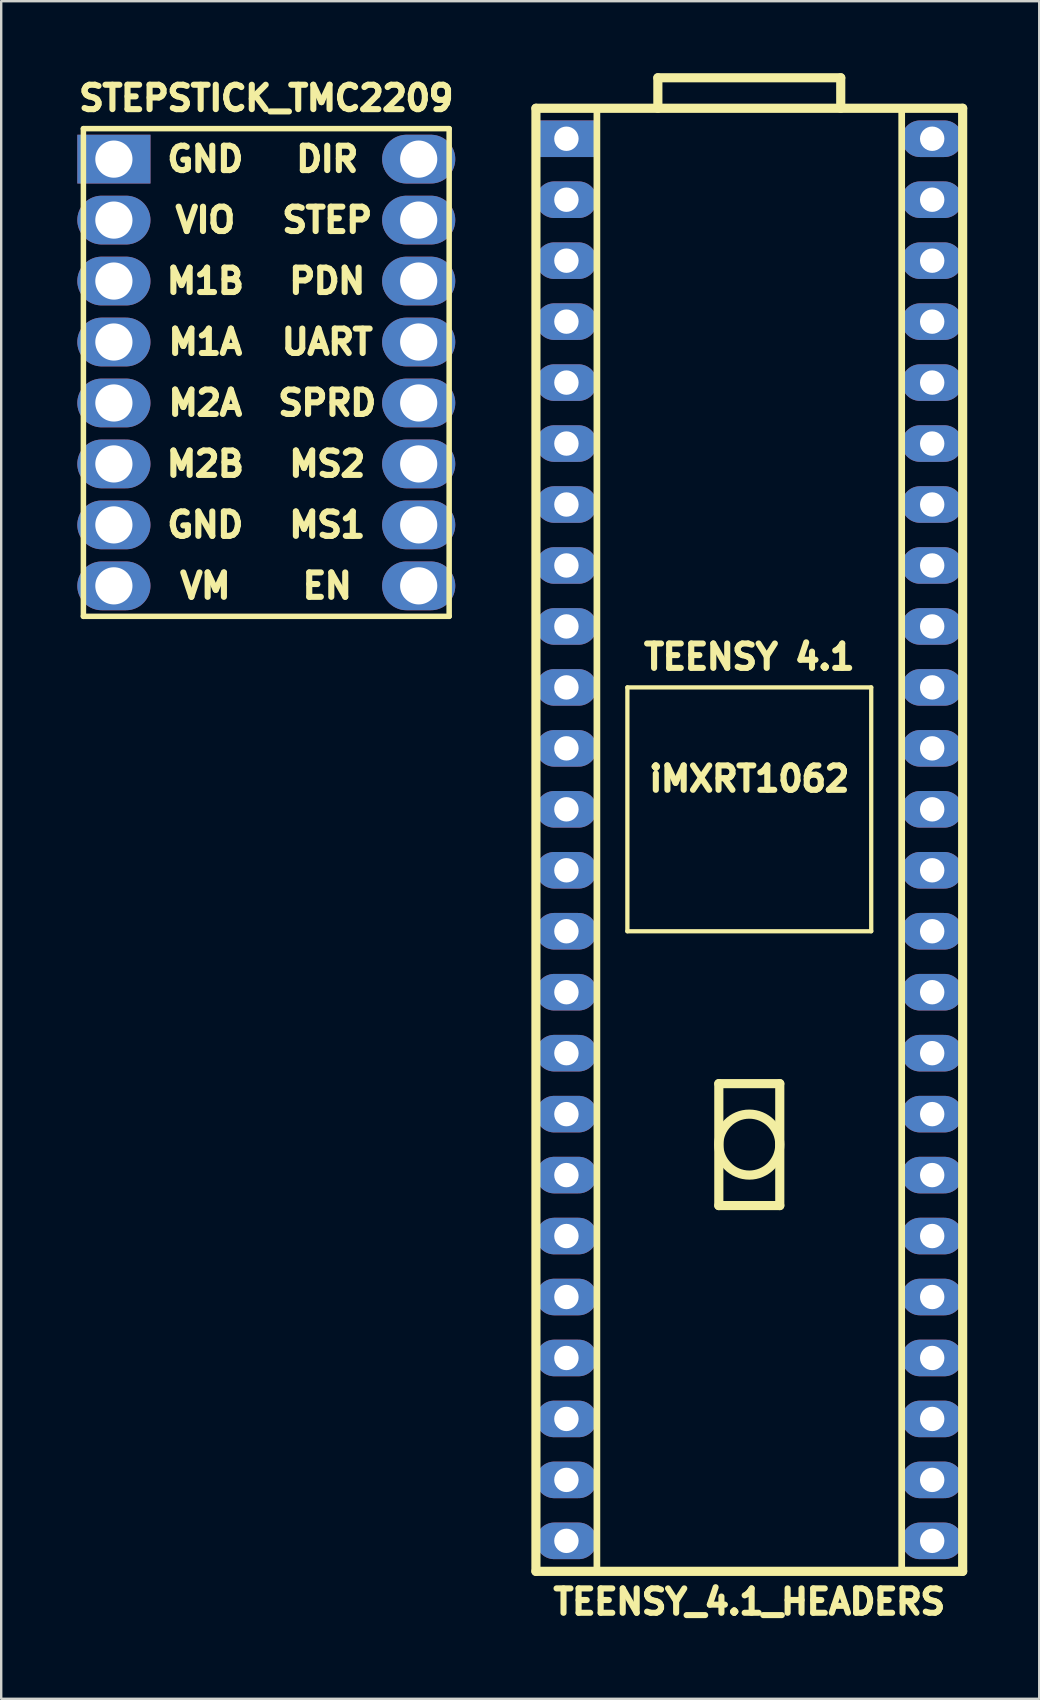
<source format=kicad_pcb>
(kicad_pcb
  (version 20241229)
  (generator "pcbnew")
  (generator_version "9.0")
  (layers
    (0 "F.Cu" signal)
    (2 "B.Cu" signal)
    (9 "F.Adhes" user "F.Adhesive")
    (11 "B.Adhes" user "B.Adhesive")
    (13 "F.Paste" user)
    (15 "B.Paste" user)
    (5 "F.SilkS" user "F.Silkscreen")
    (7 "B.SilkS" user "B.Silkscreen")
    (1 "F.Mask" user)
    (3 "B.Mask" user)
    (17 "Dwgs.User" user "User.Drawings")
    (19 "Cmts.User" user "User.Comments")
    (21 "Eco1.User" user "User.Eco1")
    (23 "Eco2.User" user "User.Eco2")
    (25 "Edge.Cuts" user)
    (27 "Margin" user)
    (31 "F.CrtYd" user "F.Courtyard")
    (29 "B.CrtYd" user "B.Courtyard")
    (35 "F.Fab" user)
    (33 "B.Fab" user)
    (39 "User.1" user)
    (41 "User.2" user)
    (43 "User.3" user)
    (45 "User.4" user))
  (footprint "STEPSTICK_TMC2209"
    (layer "F.Cu")
    (at 8.045 12.47)
    (property "Reference" "STEPSTICK_TMC2209" (at 0 -11.43 0) (layer "F.SilkS") (effects (font (size 1.016 1.016) (thickness 0.254))))
    (attr through_hole)
    (fp_line (start -7.62 -10.16) (end -7.62 10.16) (stroke (width 0.229) (type solid)) (layer "F.SilkS"))
    (fp_line (start -7.62 10.16) (end 7.62 10.16) (stroke (width 0.229) (type solid)) (layer "F.SilkS"))
    (fp_line (start 7.62 -10.16) (end -7.62 -10.16) (stroke (width 0.229) (type solid)) (layer "F.SilkS"))
    (fp_line (start 7.62 10.16) (end 7.62 -10.16) (stroke (width 0.229) (type solid)) (layer "F.SilkS"))
    (fp_text user "VIO" (at -2.54 -6.35 0) (layer "F.SilkS") (effects (font (size 1.016 1.016) (thickness 0.254))))
    (fp_text user "M2A" (at -2.54 1.27 0) (layer "F.SilkS") (effects (font (size 1.016 1.016) (thickness 0.254))))
    (fp_text user "M1B" (at -2.54 -3.81 0) (layer "F.SilkS") (effects (font (size 1.016 1.016) (thickness 0.254))))
    (fp_text user "MS1" (at 2.54 6.35 0) (layer "F.SilkS") (effects (font (size 1.016 1.016) (thickness 0.254))))
    (fp_text user "SPRD" (at 2.54 1.27 0) (layer "F.SilkS") (effects (font (size 1.016 1.016) (thickness 0.254))))
    (fp_text user "GND" (at -2.54 6.35 0) (layer "F.SilkS") (effects (font (size 1.016 1.016) (thickness 0.254))))
    (fp_text user "M2B" (at -2.54 3.81 0) (layer "F.SilkS") (effects (font (size 1.016 1.016) (thickness 0.254))))
    (fp_text user "STEP" (at 2.54 -6.35 0) (layer "F.SilkS") (effects (font (size 1.016 1.016) (thickness 0.254))))
    (fp_text user "GND" (at -2.54 -8.89 0) (layer "F.SilkS") (effects (font (size 1.016 1.016) (thickness 0.254))))
    (fp_text user "EN" (at 2.54 8.89 0) (layer "F.SilkS") (effects (font (size 1.016 1.016) (thickness 0.254))))
    (fp_text user "MS2" (at 2.54 3.81 0) (layer "F.SilkS") (effects (font (size 1.016 1.016) (thickness 0.254))))
    (fp_text user "DIR" (at 2.54 -8.89 0) (layer "F.SilkS") (effects (font (size 1.016 1.016) (thickness 0.254))))
    (fp_text user "VM" (at -2.54 8.89 0) (layer "F.SilkS") (effects (font (size 1.016 1.016) (thickness 0.254))))
    (fp_text user "PDN" (at 2.54 -3.81 0) (layer "F.SilkS") (effects (font (size 1.016 1.016) (thickness 0.254))))
    (fp_text user "M1A" (at -2.54 -1.27 0) (layer "F.SilkS") (effects (font (size 1.016 1.016) (thickness 0.254))))
    (fp_text user "UART" (at 2.54 -1.27 0) (layer "F.SilkS") (effects (font (size 1.016 1.016) (thickness 0.254))))
    (pad "1" thru_hole rect (at -6.35 -8.89) (size 3.048 2.032) (drill 1.549) (layers "*.Cu" "*.Mask"))
    (pad "2" thru_hole oval (at -6.35 -6.35) (size 3.048 2.032) (drill 1.549) (layers "*.Cu" "*.Mask"))
    (pad "3" thru_hole oval (at -6.35 -3.81) (size 3.048 2.032) (drill 1.549) (layers "*.Cu" "*.Mask"))
    (pad "4" thru_hole oval (at -6.35 -1.27) (size 3.048 2.032) (drill 1.549) (layers "*.Cu" "*.Mask"))
    (pad "5" thru_hole oval (at -6.35 1.27) (size 3.048 2.032) (drill 1.549) (layers "*.Cu" "*.Mask"))
    (pad "6" thru_hole oval (at -6.35 3.81) (size 3.048 2.032) (drill 1.549) (layers "*.Cu" "*.Mask"))
    (pad "7" thru_hole oval (at -6.35 6.35) (size 3.048 2.032) (drill 1.549) (layers "*.Cu" "*.Mask"))
    (pad "8" thru_hole oval (at -6.35 8.89) (size 3.048 2.032) (drill 1.549) (layers "*.Cu" "*.Mask"))
    (pad "9" thru_hole oval (at 6.35 -8.89) (size 3.048 2.032) (drill 1.549) (layers "*.Cu" "*.Mask"))
    (pad "10" thru_hole oval (at 6.35 -6.35) (size 3.048 2.032) (drill 1.549) (layers "*.Cu" "*.Mask"))
    (pad "11" thru_hole oval (at 6.35 -3.81) (size 3.048 2.032) (drill 1.549) (layers "*.Cu" "*.Mask"))
    (pad "12" thru_hole oval (at 6.35 -1.27) (size 3.048 2.032) (drill 1.549) (layers "*.Cu" "*.Mask"))
    (pad "13" thru_hole oval (at 6.35 1.27) (size 3.048 2.032) (drill 1.549) (layers "*.Cu" "*.Mask"))
    (pad "14" thru_hole oval (at 6.35 3.81) (size 3.048 2.032) (drill 1.549) (layers "*.Cu" "*.Mask"))
    (pad "15" thru_hole oval (at 6.35 6.35) (size 3.048 2.032) (drill 1.549) (layers "*.Cu" "*.Mask"))
    (pad "16" thru_hole oval (at 6.35 8.89) (size 3.048 2.032) (drill 1.549) (layers "*.Cu" "*.Mask")))
  (footprint "TEENSY_4.1_HEADERS"
    (layer "F.Cu")
    (at 28.17 19.241)
    (property "Reference" "TEENSY_4.1_HEADERS" (at 0 44.45 0) (layer "F.SilkS") (effects (font (size 1.016 1.016) (thickness 0.254))))
    (attr through_hole)
    (fp_line (start -8.89 -17.78) (end -8.89 43.18) (stroke (width 0.381) (type solid)) (layer "F.SilkS"))
    (fp_line (start -8.89 43.18) (end 8.89 43.18) (stroke (width 0.381) (type solid)) (layer "F.SilkS"))
    (fp_line (start -6.35 -17.78) (end -6.35 43.18) (stroke (width 0.279) (type solid)) (layer "F.SilkS"))
    (fp_line (start -5.08 6.35) (end -5.08 16.51) (stroke (width 0.178) (type solid)) (layer "F.SilkS"))
    (fp_line (start -5.08 16.51) (end 5.08 16.51) (stroke (width 0.178) (type solid)) (layer "F.SilkS"))
    (fp_line (start -3.81 -19.05) (end 3.81 -19.05) (stroke (width 0.381) (type solid)) (layer "F.SilkS"))
    (fp_line (start -3.81 -17.78) (end -3.81 -19.05) (stroke (width 0.381) (type solid)) (layer "F.SilkS"))
    (fp_line (start -1.27 22.86) (end -1.27 27.94) (stroke (width 0.381) (type solid)) (layer "F.SilkS"))
    (fp_line (start -1.27 27.94) (end 1.27 27.94) (stroke (width 0.381) (type solid)) (layer "F.SilkS"))
    (fp_line (start 1.27 22.86) (end -1.27 22.86) (stroke (width 0.381) (type solid)) (layer "F.SilkS"))
    (fp_line (start 1.27 27.94) (end 1.27 22.86) (stroke (width 0.381) (type solid)) (layer "F.SilkS"))
    (fp_line (start 3.81 -19.05) (end 3.81 -17.78) (stroke (width 0.381) (type solid)) (layer "F.SilkS"))
    (fp_line (start 5.08 6.35) (end -5.08 6.35) (stroke (width 0.178) (type solid)) (layer "F.SilkS"))
    (fp_line (start 5.08 16.51) (end 5.08 6.35) (stroke (width 0.178) (type solid)) (layer "F.SilkS"))
    (fp_line (start 6.35 -17.78) (end 6.35 43.18) (stroke (width 0.279) (type solid)) (layer "F.SilkS"))
    (fp_line (start 8.89 -17.78) (end -8.89 -17.78) (stroke (width 0.381) (type solid)) (layer "F.SilkS"))
    (fp_line (start 8.89 43.18) (end 8.89 -17.78) (stroke (width 0.381) (type solid)) (layer "F.SilkS"))
    (fp_circle (center 0 25.4) (end -1.27 25.4) (stroke (width 0.381) (type solid)) (fill no) (layer "F.SilkS"))
    (fp_text user "TEENSY 4.1" (at 0 5.08 0) (layer "F.SilkS") (effects (font (size 1.016 1.016) (thickness 0.254))))
    (fp_text user "iMXRT1062" (at 0 10.16 0) (layer "F.SilkS") (effects (font (size 1.016 1.016) (thickness 0.254))))
    (pad "" thru_hole oval (at 7.62 -13.97) (size 2.54 1.524) (drill 1.016) (layers "*.Cu" "*.Mask"))
    (pad "" thru_hole oval (at 7.62 19.05) (size 2.54 1.524) (drill 1.016) (layers "*.Cu" "*.Mask"))
    (pad "0" thru_hole oval (at -7.62 -13.97) (size 2.54 1.524) (drill 1.016) (layers "*.Cu" "*.Mask"))
    (pad "1" thru_hole oval (at -7.62 -11.43) (size 2.54 1.524) (drill 1.016) (layers "*.Cu" "*.Mask"))
    (pad "2" thru_hole oval (at -7.62 -8.89) (size 2.54 1.524) (drill 1.016) (layers "*.Cu" "*.Mask"))
    (pad "3" thru_hole oval (at -7.62 -6.35) (size 2.54 1.524) (drill 1.016) (layers "*.Cu" "*.Mask"))
    (pad "3V3" thru_hole oval (at -7.62 19.05) (size 2.54 1.524) (drill 1.016) (layers "*.Cu" "*.Mask"))
    (pad "3V3" thru_hole oval (at 7.62 -11.43) (size 2.54 1.524) (drill 1.016) (layers "*.Cu" "*.Mask"))
    (pad "4" thru_hole oval (at -7.62 -3.81) (size 2.54 1.524) (drill 1.016) (layers "*.Cu" "*.Mask"))
    (pad "5" thru_hole oval (at -7.62 -1.27) (size 2.54 1.524) (drill 1.016) (layers "*.Cu" "*.Mask"))
    (pad "6" thru_hole oval (at -7.62 1.27) (size 2.54 1.524) (drill 1.016) (layers "*.Cu" "*.Mask"))
    (pad "7" thru_hole oval (at -7.62 3.81) (size 2.54 1.524) (drill 1.016) (layers "*.Cu" "*.Mask"))
    (pad "8" thru_hole oval (at -7.62 6.35) (size 2.54 1.524) (drill 1.016) (layers "*.Cu" "*.Mask"))
    (pad "9" thru_hole oval (at -7.62 8.89) (size 2.54 1.524) (drill 1.016) (layers "*.Cu" "*.Mask"))
    (pad "10" thru_hole oval (at -7.62 11.43) (size 2.54 1.524) (drill 1.016) (layers "*.Cu" "*.Mask"))
    (pad "11" thru_hole oval (at -7.62 13.97) (size 2.54 1.524) (drill 1.016) (layers "*.Cu" "*.Mask"))
    (pad "12" thru_hole oval (at -7.62 16.51) (size 2.54 1.524) (drill 1.016) (layers "*.Cu" "*.Mask"))
    (pad "13" thru_hole oval (at 7.62 16.51) (size 2.54 1.524) (drill 1.016) (layers "*.Cu" "*.Mask"))
    (pad "14" thru_hole oval (at 7.62 13.97) (size 2.54 1.524) (drill 1.016) (layers "*.Cu" "*.Mask"))
    (pad "15" thru_hole oval (at 7.62 11.43) (size 2.54 1.524) (drill 1.016) (layers "*.Cu" "*.Mask"))
    (pad "16" thru_hole oval (at 7.62 8.89) (size 2.54 1.524) (drill 1.016) (layers "*.Cu" "*.Mask"))
    (pad "17" thru_hole oval (at 7.62 6.35) (size 2.54 1.524) (drill 1.016) (layers "*.Cu" "*.Mask"))
    (pad "18" thru_hole oval (at 7.62 3.81) (size 2.54 1.524) (drill 1.016) (layers "*.Cu" "*.Mask"))
    (pad "19" thru_hole oval (at 7.62 1.27) (size 2.54 1.524) (drill 1.016) (layers "*.Cu" "*.Mask"))
    (pad "20" thru_hole oval (at 7.62 -1.27) (size 2.54 1.524) (drill 1.016) (layers "*.Cu" "*.Mask"))
    (pad "21" thru_hole oval (at 7.62 -3.81) (size 2.54 1.524) (drill 1.016) (layers "*.Cu" "*.Mask"))
    (pad "22" thru_hole oval (at 7.62 -6.35) (size 2.54 1.524) (drill 1.016) (layers "*.Cu" "*.Mask"))
    (pad "23" thru_hole oval (at 7.62 -8.89) (size 2.54 1.524) (drill 1.016) (layers "*.Cu" "*.Mask"))
    (pad "24" thru_hole oval (at -7.62 21.59) (size 2.54 1.524) (drill 1.016) (layers "*.Cu" "*.Mask"))
    (pad "25" thru_hole oval (at -7.62 24.13) (size 2.54 1.524) (drill 1.016) (layers "*.Cu" "*.Mask"))
    (pad "26" thru_hole oval (at -7.62 26.67) (size 2.54 1.524) (drill 1.016) (layers "*.Cu" "*.Mask"))
    (pad "27" thru_hole oval (at -7.62 29.21) (size 2.54 1.524) (drill 1.016) (layers "*.Cu" "*.Mask"))
    (pad "28" thru_hole oval (at -7.62 31.75) (size 2.54 1.524) (drill 1.016) (layers "*.Cu" "*.Mask"))
    (pad "29" thru_hole oval (at -7.62 34.29) (size 2.54 1.524) (drill 1.016) (layers "*.Cu" "*.Mask"))
    (pad "30" thru_hole oval (at -7.62 36.83) (size 2.54 1.524) (drill 1.016) (layers "*.Cu" "*.Mask"))
    (pad "31" thru_hole oval (at -7.62 39.37) (size 2.54 1.524) (drill 1.016) (layers "*.Cu" "*.Mask"))
    (pad "32" thru_hole oval (at -7.62 41.91) (size 2.54 1.524) (drill 1.016) (layers "*.Cu" "*.Mask"))
    (pad "33" thru_hole oval (at 7.62 41.91) (size 2.54 1.524) (drill 1.016) (layers "*.Cu" "*.Mask"))
    (pad "34" thru_hole oval (at 7.62 39.37) (size 2.54 1.524) (drill 1.016) (layers "*.Cu" "*.Mask"))
    (pad "35" thru_hole oval (at 7.62 36.83) (size 2.54 1.524) (drill 1.016) (layers "*.Cu" "*.Mask"))
    (pad "36" thru_hole oval (at 7.62 34.29) (size 2.54 1.524) (drill 1.016) (layers "*.Cu" "*.Mask"))
    (pad "37" thru_hole oval (at 7.62 31.75) (size 2.54 1.524) (drill 1.016) (layers "*.Cu" "*.Mask"))
    (pad "38" thru_hole oval (at 7.62 29.21) (size 2.54 1.524) (drill 1.016) (layers "*.Cu" "*.Mask"))
    (pad "39" thru_hole oval (at 7.62 26.67) (size 2.54 1.524) (drill 1.016) (layers "*.Cu" "*.Mask"))
    (pad "40" thru_hole oval (at 7.62 24.13) (size 2.54 1.524) (drill 1.016) (layers "*.Cu" "*.Mask"))
    (pad "41" thru_hole oval (at 7.62 21.59) (size 2.54 1.524) (drill 1.016) (layers "*.Cu" "*.Mask"))
    (pad "GND" thru_hole rect (at -7.62 -16.51) (size 2.54 1.524) (drill 1.016) (layers "*.Cu" "*.Mask"))
    (pad "V" thru_hole oval (at 7.62 -16.51) (size 2.54 1.524) (drill 1.016) (layers "*.Cu" "*.Mask")))
  (gr_rect
    (start -3 -3)
    (end 40.25 67.731)
    (stroke (width 0.1) (type default))
    (fill no)
    (layer "Edge.Cuts")))
</source>
